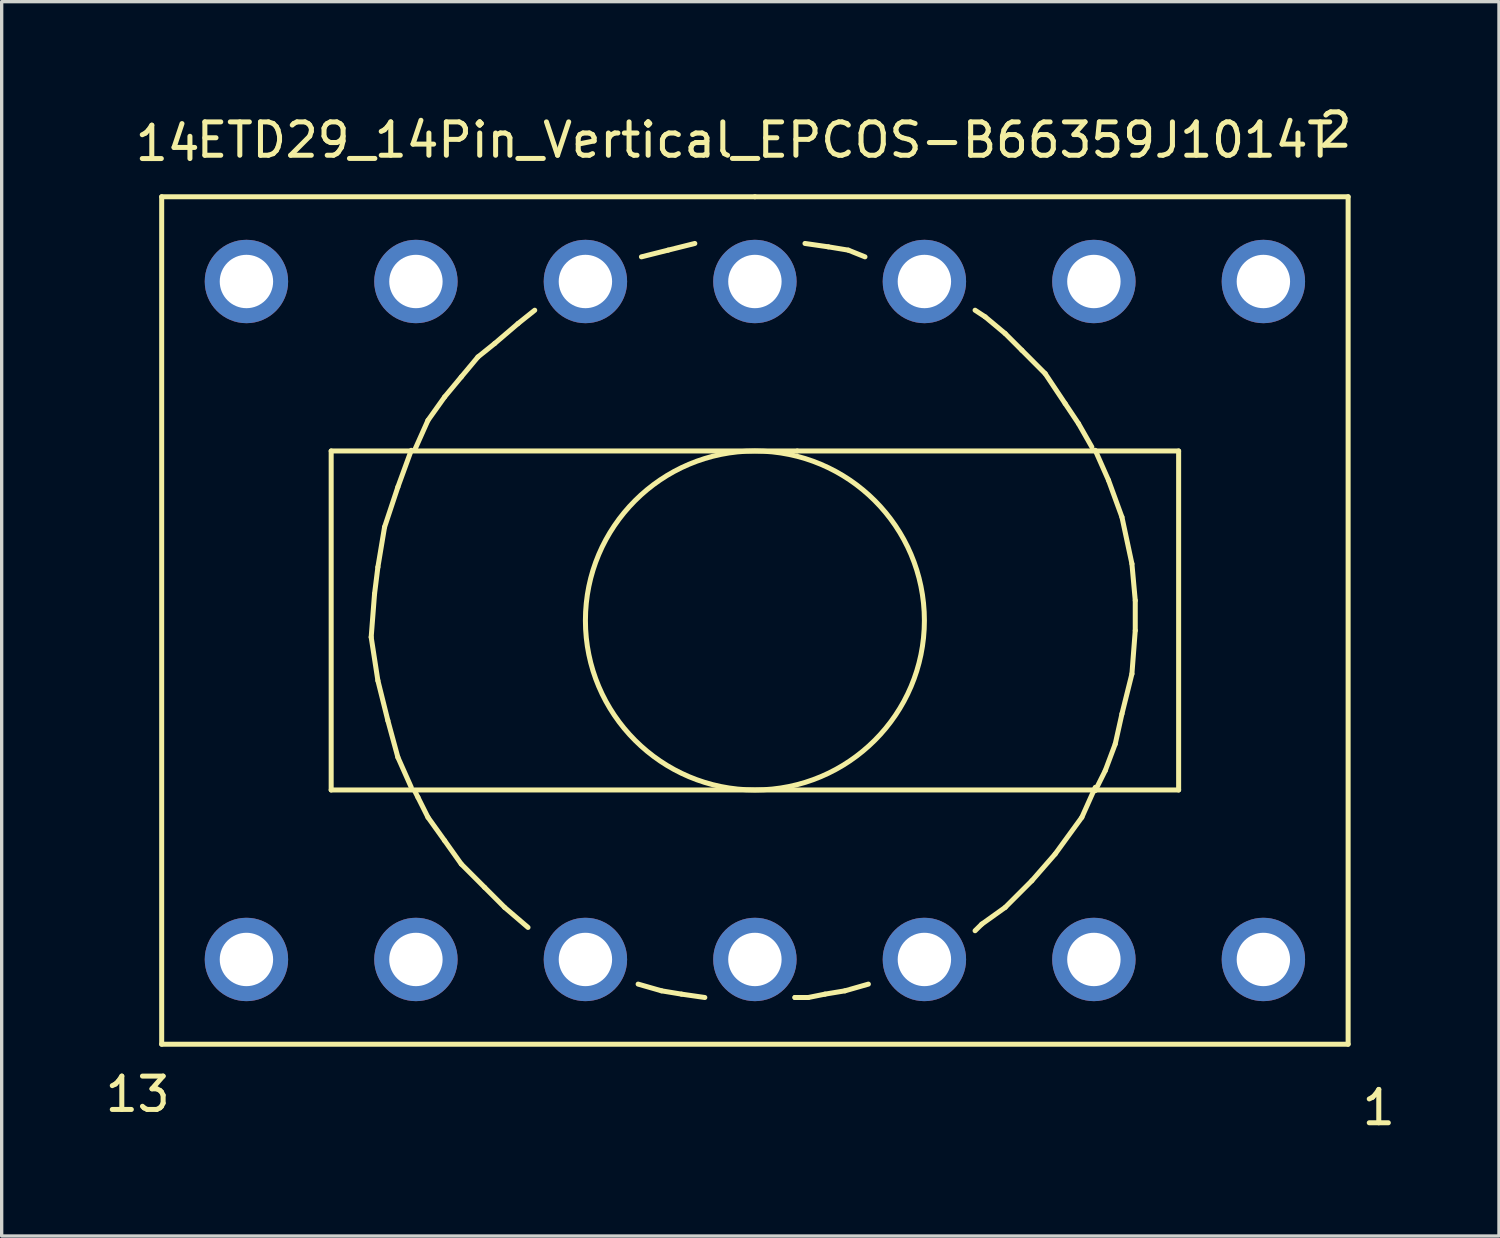
<source format=kicad_pcb>
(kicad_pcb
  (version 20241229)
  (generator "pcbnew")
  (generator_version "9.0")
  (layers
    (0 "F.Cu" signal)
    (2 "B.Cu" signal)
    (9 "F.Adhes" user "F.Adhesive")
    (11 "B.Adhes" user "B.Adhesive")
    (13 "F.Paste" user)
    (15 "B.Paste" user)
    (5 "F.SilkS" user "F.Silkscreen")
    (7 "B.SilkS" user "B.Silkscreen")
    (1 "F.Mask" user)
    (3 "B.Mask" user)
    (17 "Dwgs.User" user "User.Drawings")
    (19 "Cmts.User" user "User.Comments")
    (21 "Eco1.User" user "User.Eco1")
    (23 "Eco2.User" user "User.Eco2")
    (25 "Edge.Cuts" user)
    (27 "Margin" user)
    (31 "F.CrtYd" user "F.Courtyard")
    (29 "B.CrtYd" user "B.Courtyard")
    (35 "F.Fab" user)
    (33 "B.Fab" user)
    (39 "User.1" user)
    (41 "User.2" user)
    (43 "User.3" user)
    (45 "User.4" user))
  (footprint "ETD29_14Pin_Vertical_EPCOS-B66359J1014T"
    (layer "F.Cu")
    (at 19.576 15.547)
    (property "Reference" "ETD29_14Pin_Vertical_EPCOS-B66359J1014T" (at 0.3 -14.399 0) (layer "F.SilkS") (effects (font (size 1 1) (thickness 0.15))))
    (attr through_hole)
    (fp_line (start -17.78 -12.7) (end -17.78 12.7) (stroke (width 0.15) (type solid)) (layer "F.SilkS"))
    (fp_line (start -17.78 12.7) (end 17.78 12.7) (stroke (width 0.15) (type solid)) (layer "F.SilkS"))
    (fp_line (start -12.7 -5.08) (end 1.27 -5.08) (stroke (width 0.15) (type solid)) (layer "F.SilkS"))
    (fp_line (start -12.7 5.08) (end -12.7 -5.08) (stroke (width 0.15) (type solid)) (layer "F.SilkS"))
    (fp_line (start -11.501 0.5) (end -11.3 1.801) (stroke (width 0.15) (type solid)) (layer "F.SilkS"))
    (fp_line (start -11.4 -0.8) (end -11.501 0.5) (stroke (width 0.15) (type solid)) (layer "F.SilkS"))
    (fp_line (start -11.3 -1.6) (end -11.4 -0.8) (stroke (width 0.15) (type solid)) (layer "F.SilkS"))
    (fp_line (start -11.3 1.801) (end -11.001 3) (stroke (width 0.15) (type solid)) (layer "F.SilkS"))
    (fp_line (start -11.1 -2.799) (end -11.3 -1.6) (stroke (width 0.15) (type solid)) (layer "F.SilkS"))
    (fp_line (start -11.001 3) (end -10.701 4.1) (stroke (width 0.15) (type solid)) (layer "F.SilkS"))
    (fp_line (start -10.701 -4) (end -11.1 -2.799) (stroke (width 0.15) (type solid)) (layer "F.SilkS"))
    (fp_line (start -10.701 4.1) (end -10.3 5.001) (stroke (width 0.15) (type solid)) (layer "F.SilkS"))
    (fp_line (start -10.3 -5.1) (end -10.701 -4) (stroke (width 0.15) (type solid)) (layer "F.SilkS"))
    (fp_line (start -10.099 5.301) (end -10.201 5.1) (stroke (width 0.15) (type solid)) (layer "F.SilkS"))
    (fp_line (start -9.799 -5.999) (end -10.201 -5.1) (stroke (width 0.15) (type solid)) (layer "F.SilkS"))
    (fp_line (start -9.799 5.9) (end -10.099 5.301) (stroke (width 0.15) (type solid)) (layer "F.SilkS"))
    (fp_line (start -9.299 -6.701) (end -9.799 -5.999) (stroke (width 0.15) (type solid)) (layer "F.SilkS"))
    (fp_line (start -9.299 6.599) (end -9.799 5.9) (stroke (width 0.15) (type solid)) (layer "F.SilkS"))
    (fp_line (start -8.801 -7.3) (end -9.299 -6.701) (stroke (width 0.15) (type solid)) (layer "F.SilkS"))
    (fp_line (start -8.801 7.3) (end -9.299 6.599) (stroke (width 0.15) (type solid)) (layer "F.SilkS"))
    (fp_line (start -8.301 -7.899) (end -8.801 -7.3) (stroke (width 0.15) (type solid)) (layer "F.SilkS"))
    (fp_line (start -8.1 8.001) (end -8.801 7.3) (stroke (width 0.15) (type solid)) (layer "F.SilkS"))
    (fp_line (start -7.8 -8.301) (end -8.301 -7.899) (stroke (width 0.15) (type solid)) (layer "F.SilkS"))
    (fp_line (start -7.501 8.6) (end -8.1 8.001) (stroke (width 0.15) (type solid)) (layer "F.SilkS"))
    (fp_line (start -7.099 -8.9) (end -7.8 -8.301) (stroke (width 0.15) (type solid)) (layer "F.SilkS"))
    (fp_line (start -6.8 9.2) (end -7.501 8.6) (stroke (width 0.15) (type solid)) (layer "F.SilkS"))
    (fp_line (start -6.599 -9.299) (end -7.099 -8.9) (stroke (width 0.15) (type solid)) (layer "F.SilkS"))
    (fp_line (start -2.799 11.1) (end -3.5 10.899) (stroke (width 0.15) (type solid)) (layer "F.SilkS"))
    (fp_line (start -2.601 -11.1) (end -3.401 -10.899) (stroke (width 0.15) (type solid)) (layer "F.SilkS"))
    (fp_line (start -2.2 11.199) (end -2.799 11.1) (stroke (width 0.15) (type solid)) (layer "F.SilkS"))
    (fp_line (start -1.801 -11.3) (end -2.601 -11.1) (stroke (width 0.15) (type solid)) (layer "F.SilkS"))
    (fp_line (start -1.501 11.3) (end -2.2 11.199) (stroke (width 0.15) (type solid)) (layer "F.SilkS"))
    (fp_line (start 0 -12.7) (end -17.78 -12.7) (stroke (width 0.15) (type solid)) (layer "F.SilkS"))
    (fp_line (start 0 -12.7) (end 17.78 -12.7) (stroke (width 0.15) (type solid)) (layer "F.SilkS"))
    (fp_line (start 1.199 11.3) (end 1.3 11.3) (stroke (width 0.15) (type solid)) (layer "F.SilkS"))
    (fp_line (start 1.27 -5.08) (end 12.7 -5.08) (stroke (width 0.15) (type solid)) (layer "F.SilkS"))
    (fp_line (start 1.6 11.3) (end 1.199 11.3) (stroke (width 0.15) (type solid)) (layer "F.SilkS"))
    (fp_line (start 2.101 11.199) (end 1.6 11.3) (stroke (width 0.15) (type solid)) (layer "F.SilkS"))
    (fp_line (start 2.2 -11.199) (end 1.501 -11.3) (stroke (width 0.15) (type solid)) (layer "F.SilkS"))
    (fp_line (start 2.7 11.1) (end 2.101 11.199) (stroke (width 0.15) (type solid)) (layer "F.SilkS"))
    (fp_line (start 2.799 -11.1) (end 2.2 -11.199) (stroke (width 0.15) (type solid)) (layer "F.SilkS"))
    (fp_line (start 3.299 -10.899) (end 2.799 -11.1) (stroke (width 0.15) (type solid)) (layer "F.SilkS"))
    (fp_line (start 3.401 10.899) (end 2.7 11.1) (stroke (width 0.15) (type solid)) (layer "F.SilkS"))
    (fp_line (start 6.599 -9.299) (end 6.901 -9.101) (stroke (width 0.15) (type solid)) (layer "F.SilkS"))
    (fp_line (start 6.8 9.101) (end 6.599 9.299) (stroke (width 0.15) (type solid)) (layer "F.SilkS"))
    (fp_line (start 6.901 -9.101) (end 7.501 -8.6) (stroke (width 0.15) (type solid)) (layer "F.SilkS"))
    (fp_line (start 7.501 -8.6) (end 8.001 -8.1) (stroke (width 0.15) (type solid)) (layer "F.SilkS"))
    (fp_line (start 7.501 8.6) (end 6.8 9.101) (stroke (width 0.15) (type solid)) (layer "F.SilkS"))
    (fp_line (start 8.001 -8.1) (end 8.7 -7.399) (stroke (width 0.15) (type solid)) (layer "F.SilkS"))
    (fp_line (start 8.301 7.8) (end 7.501 8.6) (stroke (width 0.15) (type solid)) (layer "F.SilkS"))
    (fp_line (start 8.7 -7.399) (end 9.299 -6.5) (stroke (width 0.15) (type solid)) (layer "F.SilkS"))
    (fp_line (start 8.999 7) (end 8.301 7.8) (stroke (width 0.15) (type solid)) (layer "F.SilkS"))
    (fp_line (start 9.299 -6.5) (end 9.7 -5.9) (stroke (width 0.15) (type solid)) (layer "F.SilkS"))
    (fp_line (start 9.7 -5.9) (end 10.099 -5.199) (stroke (width 0.15) (type solid)) (layer "F.SilkS"))
    (fp_line (start 9.799 5.9) (end 8.999 7) (stroke (width 0.15) (type solid)) (layer "F.SilkS"))
    (fp_line (start 10.201 -5.1) (end 10.599 -4.201) (stroke (width 0.15) (type solid)) (layer "F.SilkS"))
    (fp_line (start 10.201 5.001) (end 9.799 5.9) (stroke (width 0.15) (type solid)) (layer "F.SilkS"))
    (fp_line (start 10.5 4.501) (end 10.201 5.1) (stroke (width 0.15) (type solid)) (layer "F.SilkS"))
    (fp_line (start 10.599 -4.201) (end 11.001 -3.099) (stroke (width 0.15) (type solid)) (layer "F.SilkS"))
    (fp_line (start 10.8 3.701) (end 10.5 4.501) (stroke (width 0.15) (type solid)) (layer "F.SilkS"))
    (fp_line (start 11.001 -3.099) (end 11.3 -1.699) (stroke (width 0.15) (type solid)) (layer "F.SilkS"))
    (fp_line (start 11.001 2.799) (end 10.8 3.701) (stroke (width 0.15) (type solid)) (layer "F.SilkS"))
    (fp_line (start 11.3 -1.699) (end 11.4 -0.599) (stroke (width 0.15) (type solid)) (layer "F.SilkS"))
    (fp_line (start 11.3 1.6) (end 11.001 2.799) (stroke (width 0.15) (type solid)) (layer "F.SilkS"))
    (fp_line (start 11.4 -0.599) (end 11.4 0.3) (stroke (width 0.15) (type solid)) (layer "F.SilkS"))
    (fp_line (start 11.4 0.3) (end 11.3 1.6) (stroke (width 0.15) (type solid)) (layer "F.SilkS"))
    (fp_line (start 12.7 -5.08) (end 12.7 5.08) (stroke (width 0.15) (type solid)) (layer "F.SilkS"))
    (fp_line (start 12.7 5.08) (end -12.7 5.08) (stroke (width 0.15) (type solid)) (layer "F.SilkS"))
    (fp_line (start 17.78 -12.7) (end 17.78 12.7) (stroke (width 0.15) (type solid)) (layer "F.SilkS"))
    (fp_circle (center 0 0) (end 0 -5.08) (stroke (width 0.15) (type solid)) (fill no) (layer "F.SilkS"))
    (fp_text user "13" (at -18.499 14.201 0) (layer "F.SilkS") (effects (font (size 1 1) (thickness 0.15))))
    (fp_text user "2" (at 17.399 -14.699 0) (layer "F.SilkS") (effects (font (size 1 1) (thickness 0.15))))
    (fp_text user "14" (at -17.6 -14.3 0) (layer "F.SilkS") (effects (font (size 1 1) (thickness 0.15))))
    (fp_text user "1" (at 18.699 14.6 0) (layer "F.SilkS") (effects (font (size 1 1) (thickness 0.15))))
    (pad "1" thru_hole circle (at 15.24 10.16) (size 2.499 2.499) (drill 1.6) (layers "*.Cu" "*.Mask"))
    (pad "2" thru_hole circle (at 15.24 -10.16) (size 2.499 2.499) (drill 1.6) (layers "*.Cu" "*.Mask"))
    (pad "3" thru_hole circle (at 10.16 10.16) (size 2.499 2.499) (drill 1.6) (layers "*.Cu" "*.Mask"))
    (pad "4" thru_hole circle (at 10.16 -10.16) (size 2.499 2.499) (drill 1.6) (layers "*.Cu" "*.Mask"))
    (pad "5" thru_hole circle (at 5.08 10.16) (size 2.499 2.499) (drill 1.6) (layers "*.Cu" "*.Mask"))
    (pad "6" thru_hole circle (at 5.08 -10.16) (size 2.499 2.499) (drill 1.6) (layers "*.Cu" "*.Mask"))
    (pad "7" thru_hole circle (at 0 10.16) (size 2.499 2.499) (drill 1.6) (layers "*.Cu" "*.Mask"))
    (pad "8" thru_hole circle (at 0 -10.16) (size 2.499 2.499) (drill 1.6) (layers "*.Cu" "*.Mask"))
    (pad "9" thru_hole circle (at -5.08 10.16) (size 2.499 2.499) (drill 1.6) (layers "*.Cu" "*.Mask"))
    (pad "10" thru_hole circle (at -5.08 -10.16) (size 2.499 2.499) (drill 1.6) (layers "*.Cu" "*.Mask"))
    (pad "11" thru_hole circle (at -10.16 10.16) (size 2.499 2.499) (drill 1.6) (layers "*.Cu" "*.Mask"))
    (pad "12" thru_hole circle (at -10.16 -10.16) (size 2.499 2.499) (drill 1.6) (layers "*.Cu" "*.Mask"))
    (pad "13" thru_hole circle (at -15.24 10.16) (size 2.499 2.499) (drill 1.6) (layers "*.Cu" "*.Mask"))
    (pad "14" thru_hole circle (at -15.24 -10.16) (size 2.499 2.499) (drill 1.6) (layers "*.Cu" "*.Mask")))
  (gr_rect
    (start -3 -3)
    (end 41.877 33.995)
    (stroke (width 0.1) (type default))
    (fill no)
    (layer "Edge.Cuts")))
</source>
